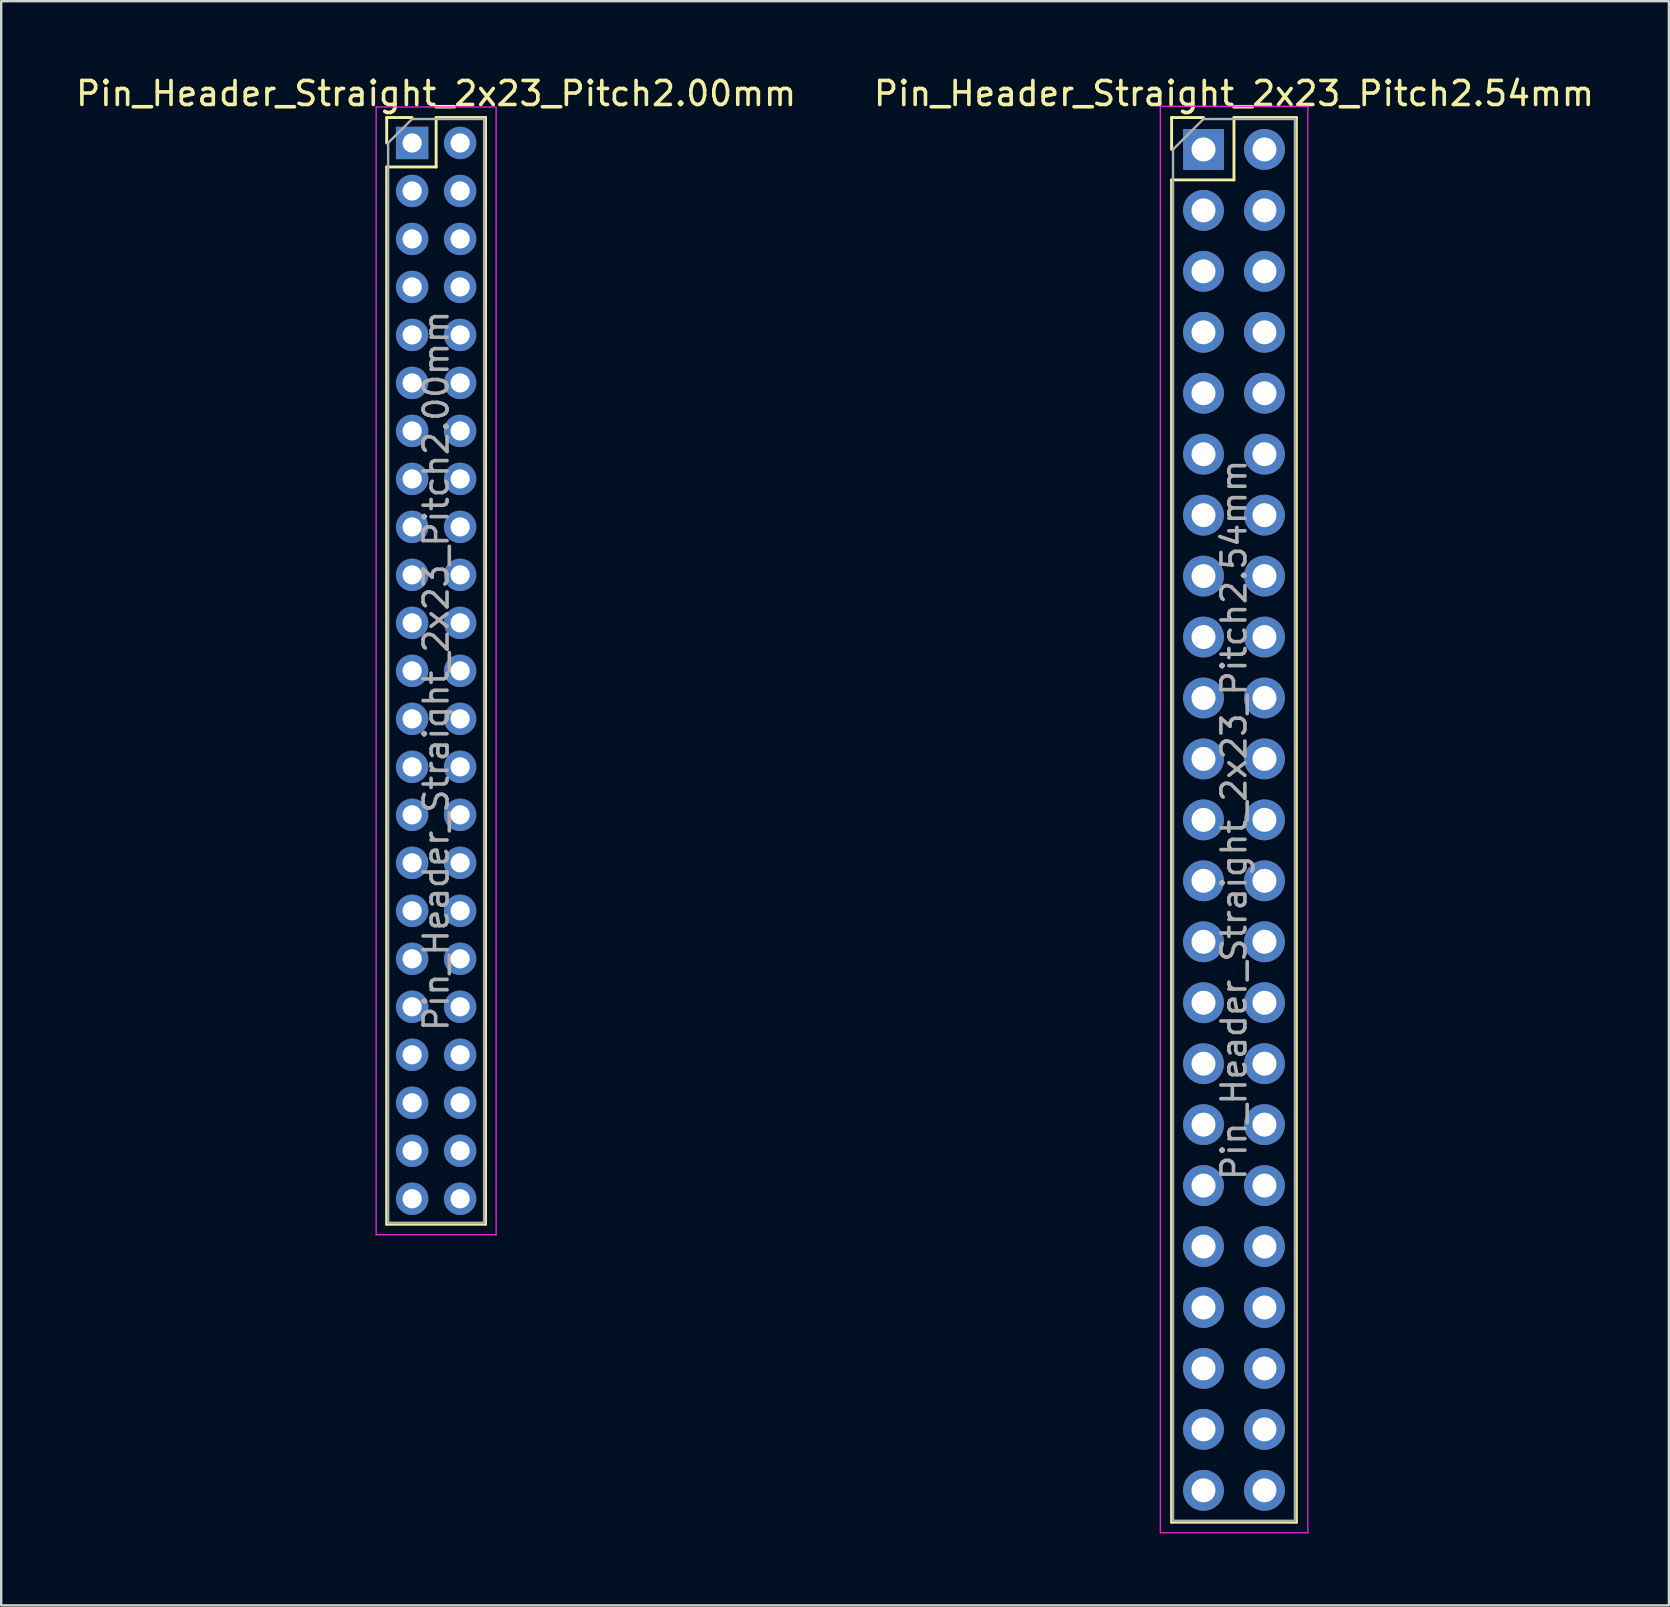
<source format=kicad_pcb>
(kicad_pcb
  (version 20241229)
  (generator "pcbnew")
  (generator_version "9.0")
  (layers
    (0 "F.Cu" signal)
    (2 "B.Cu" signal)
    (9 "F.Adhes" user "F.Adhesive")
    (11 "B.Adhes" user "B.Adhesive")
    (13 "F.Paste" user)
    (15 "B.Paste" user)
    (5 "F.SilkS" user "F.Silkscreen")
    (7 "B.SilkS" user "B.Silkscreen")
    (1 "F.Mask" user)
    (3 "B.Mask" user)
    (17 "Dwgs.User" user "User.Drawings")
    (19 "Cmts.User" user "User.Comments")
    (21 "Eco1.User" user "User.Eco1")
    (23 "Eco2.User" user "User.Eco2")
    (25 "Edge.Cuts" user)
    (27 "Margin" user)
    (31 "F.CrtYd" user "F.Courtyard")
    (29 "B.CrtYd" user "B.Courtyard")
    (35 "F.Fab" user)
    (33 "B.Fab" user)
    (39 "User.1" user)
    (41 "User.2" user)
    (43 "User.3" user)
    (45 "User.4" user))
  (footprint "Pin_Header_Straight_2x23_Pitch2.00mm"
    (layer "F.Cu")
    (at 14.125 2.908)
    (property "Reference" "Pin_Header_Straight_2x23_Pitch2.00mm" (at 1 -2.06 0) (layer "F.SilkS") (effects (font (size 1 1) (thickness 0.15))))
    (attr through_hole)
    (fp_line (start -1.06 -1.06) (end 0 -1.06) (stroke (width 0.12) (type solid)) (layer "F.SilkS"))
    (fp_line (start -1.06 0) (end -1.06 -1.06) (stroke (width 0.12) (type solid)) (layer "F.SilkS"))
    (fp_line (start -1.06 1) (end -1.06 45.06) (stroke (width 0.12) (type solid)) (layer "F.SilkS"))
    (fp_line (start -1.06 1) (end 1 1) (stroke (width 0.12) (type solid)) (layer "F.SilkS"))
    (fp_line (start -1.06 45.06) (end 3.06 45.06) (stroke (width 0.12) (type solid)) (layer "F.SilkS"))
    (fp_line (start 1 -1.06) (end 3.06 -1.06) (stroke (width 0.12) (type solid)) (layer "F.SilkS"))
    (fp_line (start 1 1) (end 1 -1.06) (stroke (width 0.12) (type solid)) (layer "F.SilkS"))
    (fp_line (start 3.06 -1.06) (end 3.06 45.06) (stroke (width 0.12) (type solid)) (layer "F.SilkS"))
    (fp_line (start -1.5 -1.5) (end -1.5 45.5) (stroke (width 0.05) (type solid)) (layer "F.CrtYd"))
    (fp_line (start -1.5 45.5) (end 3.5 45.5) (stroke (width 0.05) (type solid)) (layer "F.CrtYd"))
    (fp_line (start 3.5 -1.5) (end -1.5 -1.5) (stroke (width 0.05) (type solid)) (layer "F.CrtYd"))
    (fp_line (start 3.5 45.5) (end 3.5 -1.5) (stroke (width 0.05) (type solid)) (layer "F.CrtYd"))
    (fp_line (start -1 0) (end 0 -1) (stroke (width 0.1) (type solid)) (layer "F.Fab"))
    (fp_line (start -1 45) (end -1 0) (stroke (width 0.1) (type solid)) (layer "F.Fab"))
    (fp_line (start 0 -1) (end 3 -1) (stroke (width 0.1) (type solid)) (layer "F.Fab"))
    (fp_line (start 3 -1) (end 3 45) (stroke (width 0.1) (type solid)) (layer "F.Fab"))
    (fp_line (start 3 45) (end -1 45) (stroke (width 0.1) (type solid)) (layer "F.Fab"))
    (fp_text user "${REFERENCE}" (at 1 22 90) (layer "F.Fab") (effects (font (size 1 1) (thickness 0.15))))
    (pad "1" thru_hole rect (at 0 0) (size 1.35 1.35) (drill 0.8) (layers "*.Cu" "*.Mask"))
    (pad "2" thru_hole oval (at 2 0) (size 1.35 1.35) (drill 0.8) (layers "*.Cu" "*.Mask"))
    (pad "3" thru_hole oval (at 0 2) (size 1.35 1.35) (drill 0.8) (layers "*.Cu" "*.Mask"))
    (pad "4" thru_hole oval (at 2 2) (size 1.35 1.35) (drill 0.8) (layers "*.Cu" "*.Mask"))
    (pad "5" thru_hole oval (at 0 4) (size 1.35 1.35) (drill 0.8) (layers "*.Cu" "*.Mask"))
    (pad "6" thru_hole oval (at 2 4) (size 1.35 1.35) (drill 0.8) (layers "*.Cu" "*.Mask"))
    (pad "7" thru_hole oval (at 0 6) (size 1.35 1.35) (drill 0.8) (layers "*.Cu" "*.Mask"))
    (pad "8" thru_hole oval (at 2 6) (size 1.35 1.35) (drill 0.8) (layers "*.Cu" "*.Mask"))
    (pad "9" thru_hole oval (at 0 8) (size 1.35 1.35) (drill 0.8) (layers "*.Cu" "*.Mask"))
    (pad "10" thru_hole oval (at 2 8) (size 1.35 1.35) (drill 0.8) (layers "*.Cu" "*.Mask"))
    (pad "11" thru_hole oval (at 0 10) (size 1.35 1.35) (drill 0.8) (layers "*.Cu" "*.Mask"))
    (pad "12" thru_hole oval (at 2 10) (size 1.35 1.35) (drill 0.8) (layers "*.Cu" "*.Mask"))
    (pad "13" thru_hole oval (at 0 12) (size 1.35 1.35) (drill 0.8) (layers "*.Cu" "*.Mask"))
    (pad "14" thru_hole oval (at 2 12) (size 1.35 1.35) (drill 0.8) (layers "*.Cu" "*.Mask"))
    (pad "15" thru_hole oval (at 0 14) (size 1.35 1.35) (drill 0.8) (layers "*.Cu" "*.Mask"))
    (pad "16" thru_hole oval (at 2 14) (size 1.35 1.35) (drill 0.8) (layers "*.Cu" "*.Mask"))
    (pad "17" thru_hole oval (at 0 16) (size 1.35 1.35) (drill 0.8) (layers "*.Cu" "*.Mask"))
    (pad "18" thru_hole oval (at 2 16) (size 1.35 1.35) (drill 0.8) (layers "*.Cu" "*.Mask"))
    (pad "19" thru_hole oval (at 0 18) (size 1.35 1.35) (drill 0.8) (layers "*.Cu" "*.Mask"))
    (pad "20" thru_hole oval (at 2 18) (size 1.35 1.35) (drill 0.8) (layers "*.Cu" "*.Mask"))
    (pad "21" thru_hole oval (at 0 20) (size 1.35 1.35) (drill 0.8) (layers "*.Cu" "*.Mask"))
    (pad "22" thru_hole oval (at 2 20) (size 1.35 1.35) (drill 0.8) (layers "*.Cu" "*.Mask"))
    (pad "23" thru_hole oval (at 0 22) (size 1.35 1.35) (drill 0.8) (layers "*.Cu" "*.Mask"))
    (pad "24" thru_hole oval (at 2 22) (size 1.35 1.35) (drill 0.8) (layers "*.Cu" "*.Mask"))
    (pad "25" thru_hole oval (at 0 24) (size 1.35 1.35) (drill 0.8) (layers "*.Cu" "*.Mask"))
    (pad "26" thru_hole oval (at 2 24) (size 1.35 1.35) (drill 0.8) (layers "*.Cu" "*.Mask"))
    (pad "27" thru_hole oval (at 0 26) (size 1.35 1.35) (drill 0.8) (layers "*.Cu" "*.Mask"))
    (pad "28" thru_hole oval (at 2 26) (size 1.35 1.35) (drill 0.8) (layers "*.Cu" "*.Mask"))
    (pad "29" thru_hole oval (at 0 28) (size 1.35 1.35) (drill 0.8) (layers "*.Cu" "*.Mask"))
    (pad "30" thru_hole oval (at 2 28) (size 1.35 1.35) (drill 0.8) (layers "*.Cu" "*.Mask"))
    (pad "31" thru_hole oval (at 0 30) (size 1.35 1.35) (drill 0.8) (layers "*.Cu" "*.Mask"))
    (pad "32" thru_hole oval (at 2 30) (size 1.35 1.35) (drill 0.8) (layers "*.Cu" "*.Mask"))
    (pad "33" thru_hole oval (at 0 32) (size 1.35 1.35) (drill 0.8) (layers "*.Cu" "*.Mask"))
    (pad "34" thru_hole oval (at 2 32) (size 1.35 1.35) (drill 0.8) (layers "*.Cu" "*.Mask"))
    (pad "35" thru_hole oval (at 0 34) (size 1.35 1.35) (drill 0.8) (layers "*.Cu" "*.Mask"))
    (pad "36" thru_hole oval (at 2 34) (size 1.35 1.35) (drill 0.8) (layers "*.Cu" "*.Mask"))
    (pad "37" thru_hole oval (at 0 36) (size 1.35 1.35) (drill 0.8) (layers "*.Cu" "*.Mask"))
    (pad "38" thru_hole oval (at 2 36) (size 1.35 1.35) (drill 0.8) (layers "*.Cu" "*.Mask"))
    (pad "39" thru_hole oval (at 0 38) (size 1.35 1.35) (drill 0.8) (layers "*.Cu" "*.Mask"))
    (pad "40" thru_hole oval (at 2 38) (size 1.35 1.35) (drill 0.8) (layers "*.Cu" "*.Mask"))
    (pad "41" thru_hole oval (at 0 40) (size 1.35 1.35) (drill 0.8) (layers "*.Cu" "*.Mask"))
    (pad "42" thru_hole oval (at 2 40) (size 1.35 1.35) (drill 0.8) (layers "*.Cu" "*.Mask"))
    (pad "43" thru_hole oval (at 0 42) (size 1.35 1.35) (drill 0.8) (layers "*.Cu" "*.Mask"))
    (pad "44" thru_hole oval (at 2 42) (size 1.35 1.35) (drill 0.8) (layers "*.Cu" "*.Mask"))
    (pad "45" thru_hole oval (at 0 44) (size 1.35 1.35) (drill 0.8) (layers "*.Cu" "*.Mask"))
    (pad "46" thru_hole oval (at 2 44) (size 1.35 1.35) (drill 0.8) (layers "*.Cu" "*.Mask")))
  (footprint "Pin_Header_Straight_2x23_Pitch2.54mm"
    (layer "F.Cu")
    (at 47.105 3.178)
    (property "Reference" "Pin_Header_Straight_2x23_Pitch2.54mm" (at 1.27 -2.33 0) (layer "F.SilkS") (effects (font (size 1 1) (thickness 0.15))))
    (attr through_hole)
    (fp_line (start -1.33 -1.33) (end 0 -1.33) (stroke (width 0.12) (type solid)) (layer "F.SilkS"))
    (fp_line (start -1.33 0) (end -1.33 -1.33) (stroke (width 0.12) (type solid)) (layer "F.SilkS"))
    (fp_line (start -1.33 1.27) (end -1.33 57.21) (stroke (width 0.12) (type solid)) (layer "F.SilkS"))
    (fp_line (start -1.33 1.27) (end 1.27 1.27) (stroke (width 0.12) (type solid)) (layer "F.SilkS"))
    (fp_line (start -1.33 57.21) (end 3.87 57.21) (stroke (width 0.12) (type solid)) (layer "F.SilkS"))
    (fp_line (start 1.27 -1.33) (end 3.87 -1.33) (stroke (width 0.12) (type solid)) (layer "F.SilkS"))
    (fp_line (start 1.27 1.27) (end 1.27 -1.33) (stroke (width 0.12) (type solid)) (layer "F.SilkS"))
    (fp_line (start 3.87 -1.33) (end 3.87 57.21) (stroke (width 0.12) (type solid)) (layer "F.SilkS"))
    (fp_line (start -1.8 -1.8) (end -1.8 57.65) (stroke (width 0.05) (type solid)) (layer "F.CrtYd"))
    (fp_line (start -1.8 57.65) (end 4.35 57.65) (stroke (width 0.05) (type solid)) (layer "F.CrtYd"))
    (fp_line (start 4.35 -1.8) (end -1.8 -1.8) (stroke (width 0.05) (type solid)) (layer "F.CrtYd"))
    (fp_line (start 4.35 57.65) (end 4.35 -1.8) (stroke (width 0.05) (type solid)) (layer "F.CrtYd"))
    (fp_line (start -1.27 0) (end 0 -1.27) (stroke (width 0.1) (type solid)) (layer "F.Fab"))
    (fp_line (start -1.27 57.15) (end -1.27 0) (stroke (width 0.1) (type solid)) (layer "F.Fab"))
    (fp_line (start 0 -1.27) (end 3.81 -1.27) (stroke (width 0.1) (type solid)) (layer "F.Fab"))
    (fp_line (start 3.81 -1.27) (end 3.81 57.15) (stroke (width 0.1) (type solid)) (layer "F.Fab"))
    (fp_line (start 3.81 57.15) (end -1.27 57.15) (stroke (width 0.1) (type solid)) (layer "F.Fab"))
    (fp_text user "${REFERENCE}" (at 1.27 27.94 90) (layer "F.Fab") (effects (font (size 1 1) (thickness 0.15))))
    (pad "1" thru_hole rect (at 0 0) (size 1.7 1.7) (drill 1) (layers "*.Cu" "*.Mask"))
    (pad "2" thru_hole oval (at 2.54 0) (size 1.7 1.7) (drill 1) (layers "*.Cu" "*.Mask"))
    (pad "3" thru_hole oval (at 0 2.54) (size 1.7 1.7) (drill 1) (layers "*.Cu" "*.Mask"))
    (pad "4" thru_hole oval (at 2.54 2.54) (size 1.7 1.7) (drill 1) (layers "*.Cu" "*.Mask"))
    (pad "5" thru_hole oval (at 0 5.08) (size 1.7 1.7) (drill 1) (layers "*.Cu" "*.Mask"))
    (pad "6" thru_hole oval (at 2.54 5.08) (size 1.7 1.7) (drill 1) (layers "*.Cu" "*.Mask"))
    (pad "7" thru_hole oval (at 0 7.62) (size 1.7 1.7) (drill 1) (layers "*.Cu" "*.Mask"))
    (pad "8" thru_hole oval (at 2.54 7.62) (size 1.7 1.7) (drill 1) (layers "*.Cu" "*.Mask"))
    (pad "9" thru_hole oval (at 0 10.16) (size 1.7 1.7) (drill 1) (layers "*.Cu" "*.Mask"))
    (pad "10" thru_hole oval (at 2.54 10.16) (size 1.7 1.7) (drill 1) (layers "*.Cu" "*.Mask"))
    (pad "11" thru_hole oval (at 0 12.7) (size 1.7 1.7) (drill 1) (layers "*.Cu" "*.Mask"))
    (pad "12" thru_hole oval (at 2.54 12.7) (size 1.7 1.7) (drill 1) (layers "*.Cu" "*.Mask"))
    (pad "13" thru_hole oval (at 0 15.24) (size 1.7 1.7) (drill 1) (layers "*.Cu" "*.Mask"))
    (pad "14" thru_hole oval (at 2.54 15.24) (size 1.7 1.7) (drill 1) (layers "*.Cu" "*.Mask"))
    (pad "15" thru_hole oval (at 0 17.78) (size 1.7 1.7) (drill 1) (layers "*.Cu" "*.Mask"))
    (pad "16" thru_hole oval (at 2.54 17.78) (size 1.7 1.7) (drill 1) (layers "*.Cu" "*.Mask"))
    (pad "17" thru_hole oval (at 0 20.32) (size 1.7 1.7) (drill 1) (layers "*.Cu" "*.Mask"))
    (pad "18" thru_hole oval (at 2.54 20.32) (size 1.7 1.7) (drill 1) (layers "*.Cu" "*.Mask"))
    (pad "19" thru_hole oval (at 0 22.86) (size 1.7 1.7) (drill 1) (layers "*.Cu" "*.Mask"))
    (pad "20" thru_hole oval (at 2.54 22.86) (size 1.7 1.7) (drill 1) (layers "*.Cu" "*.Mask"))
    (pad "21" thru_hole oval (at 0 25.4) (size 1.7 1.7) (drill 1) (layers "*.Cu" "*.Mask"))
    (pad "22" thru_hole oval (at 2.54 25.4) (size 1.7 1.7) (drill 1) (layers "*.Cu" "*.Mask"))
    (pad "23" thru_hole oval (at 0 27.94) (size 1.7 1.7) (drill 1) (layers "*.Cu" "*.Mask"))
    (pad "24" thru_hole oval (at 2.54 27.94) (size 1.7 1.7) (drill 1) (layers "*.Cu" "*.Mask"))
    (pad "25" thru_hole oval (at 0 30.48) (size 1.7 1.7) (drill 1) (layers "*.Cu" "*.Mask"))
    (pad "26" thru_hole oval (at 2.54 30.48) (size 1.7 1.7) (drill 1) (layers "*.Cu" "*.Mask"))
    (pad "27" thru_hole oval (at 0 33.02) (size 1.7 1.7) (drill 1) (layers "*.Cu" "*.Mask"))
    (pad "28" thru_hole oval (at 2.54 33.02) (size 1.7 1.7) (drill 1) (layers "*.Cu" "*.Mask"))
    (pad "29" thru_hole oval (at 0 35.56) (size 1.7 1.7) (drill 1) (layers "*.Cu" "*.Mask"))
    (pad "30" thru_hole oval (at 2.54 35.56) (size 1.7 1.7) (drill 1) (layers "*.Cu" "*.Mask"))
    (pad "31" thru_hole oval (at 0 38.1) (size 1.7 1.7) (drill 1) (layers "*.Cu" "*.Mask"))
    (pad "32" thru_hole oval (at 2.54 38.1) (size 1.7 1.7) (drill 1) (layers "*.Cu" "*.Mask"))
    (pad "33" thru_hole oval (at 0 40.64) (size 1.7 1.7) (drill 1) (layers "*.Cu" "*.Mask"))
    (pad "34" thru_hole oval (at 2.54 40.64) (size 1.7 1.7) (drill 1) (layers "*.Cu" "*.Mask"))
    (pad "35" thru_hole oval (at 0 43.18) (size 1.7 1.7) (drill 1) (layers "*.Cu" "*.Mask"))
    (pad "36" thru_hole oval (at 2.54 43.18) (size 1.7 1.7) (drill 1) (layers "*.Cu" "*.Mask"))
    (pad "37" thru_hole oval (at 0 45.72) (size 1.7 1.7) (drill 1) (layers "*.Cu" "*.Mask"))
    (pad "38" thru_hole oval (at 2.54 45.72) (size 1.7 1.7) (drill 1) (layers "*.Cu" "*.Mask"))
    (pad "39" thru_hole oval (at 0 48.26) (size 1.7 1.7) (drill 1) (layers "*.Cu" "*.Mask"))
    (pad "40" thru_hole oval (at 2.54 48.26) (size 1.7 1.7) (drill 1) (layers "*.Cu" "*.Mask"))
    (pad "41" thru_hole oval (at 0 50.8) (size 1.7 1.7) (drill 1) (layers "*.Cu" "*.Mask"))
    (pad "42" thru_hole oval (at 2.54 50.8) (size 1.7 1.7) (drill 1) (layers "*.Cu" "*.Mask"))
    (pad "43" thru_hole oval (at 0 53.34) (size 1.7 1.7) (drill 1) (layers "*.Cu" "*.Mask"))
    (pad "44" thru_hole oval (at 2.54 53.34) (size 1.7 1.7) (drill 1) (layers "*.Cu" "*.Mask"))
    (pad "45" thru_hole oval (at 0 55.88) (size 1.7 1.7) (drill 1) (layers "*.Cu" "*.Mask"))
    (pad "46" thru_hole oval (at 2.54 55.88) (size 1.7 1.7) (drill 1) (layers "*.Cu" "*.Mask")))
  (gr_rect
    (start -3 -3)
    (end 66.5 63.853)
    (stroke (width 0.1) (type default))
    (fill no)
    (layer "Edge.Cuts")))
</source>
